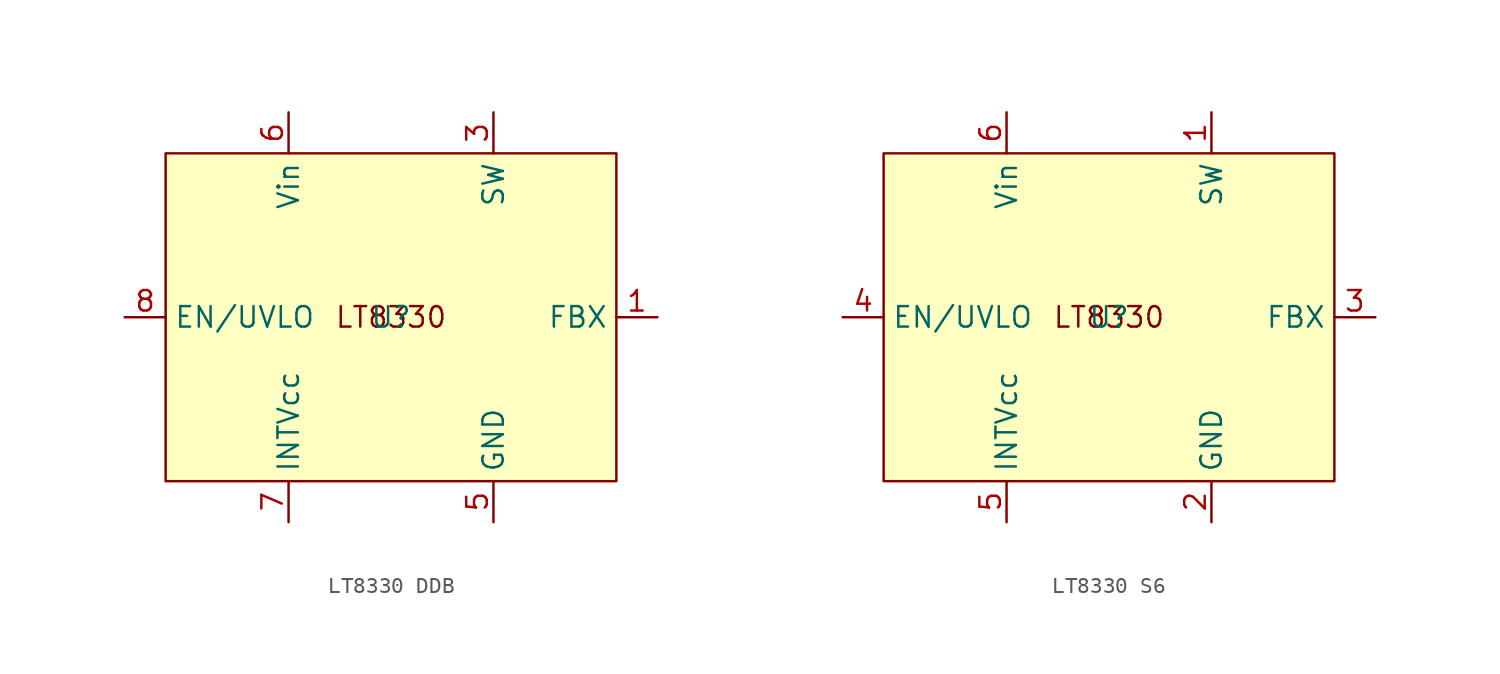
<source format=kicad_sym>
(kicad_symbol_lib
  (version 20231120)
  (generator "kicad_symbol_editor")
  (generator_version "8.0")
  (symbol "LT8330 DDB"
    (property "Reference" "U"
      (at 0 0 0)
      (effects (font (size 1.27 1.27))))
    (property "Value" ""
      (at 0 0 0)
      (effects (font (size 1.27 1.27))))
    (symbol "LT8330 DDB_1_1"
      (text_box "LT8330\n" (at -13.97 10.16 0) (size 27.94 -20.32) (stroke (width 0) (type default)) (fill (type color) (color 255 255 194 1)) (effects (font (size 1.27 1.27))))
      (pin input line (at 16.51 0 180) (length 2.54) (name "FBX" (effects (font (size 1.27 1.27)))) (number "1" (effects (font (size 1.27 1.27)))))
      (pin output line (at 6.35 12.7 270) (length 2.54) (name "SW" (effects (font (size 1.27 1.27)))) (number "3" (effects (font (size 1.27 1.27)))))
      (pin output line (at 6.35 -12.7 90) (length 2.54) (name "GND" (effects (font (size 1.27 1.27)))) (number "5" (effects (font (size 1.27 1.27)))))
      (pin power_in line (at -6.35 12.7 270) (length 2.54) (name "Vin" (effects (font (size 1.27 1.27)))) (number "6" (effects (font (size 1.27 1.27)))))
      (pin output line (at -6.35 -12.7 90) (length 2.54) (name "INTVcc" (effects (font (size 1.27 1.27)))) (number "7" (effects (font (size 1.27 1.27)))))
      (pin input line (at -16.51 0 0) (length 2.54) (name "EN/UVLO" (effects (font (size 1.27 1.27)))) (number "8" (effects (font (size 1.27 1.27)))))))
  (symbol "LT8330 S6"
    (property "Reference" "U"
      (at 0 0 0)
      (effects (font (size 1.27 1.27))))
    (property "Value" ""
      (at 0 0 0)
      (effects (font (size 1.27 1.27))))
    (symbol "LT8330 S6_1_1"
      (text_box "LT8330\n" (at -13.97 10.16 0) (size 27.94 -20.32) (stroke (width 0) (type default)) (fill (type color) (color 255 255 194 1)) (effects (font (size 1.27 1.27))))
      (pin output line (at 6.35 12.7 270) (length 2.54) (name "SW" (effects (font (size 1.27 1.27)))) (number "1" (effects (font (size 1.27 1.27)))))
      (pin output line (at 6.35 -12.7 90) (length 2.54) (name "GND" (effects (font (size 1.27 1.27)))) (number "2" (effects (font (size 1.27 1.27)))))
      (pin input line (at 16.51 0 180) (length 2.54) (name "FBX" (effects (font (size 1.27 1.27)))) (number "3" (effects (font (size 1.27 1.27)))))
      (pin input line (at -16.51 0 0) (length 2.54) (name "EN/UVLO" (effects (font (size 1.27 1.27)))) (number "4" (effects (font (size 1.27 1.27)))))
      (pin output line (at -6.35 -12.7 90) (length 2.54) (name "INTVcc" (effects (font (size 1.27 1.27)))) (number "5" (effects (font (size 1.27 1.27)))))
      (pin power_in line (at -6.35 12.7 270) (length 2.54) (name "Vin" (effects (font (size 1.27 1.27)))) (number "6" (effects (font (size 1.27 1.27))))))))
</source>
